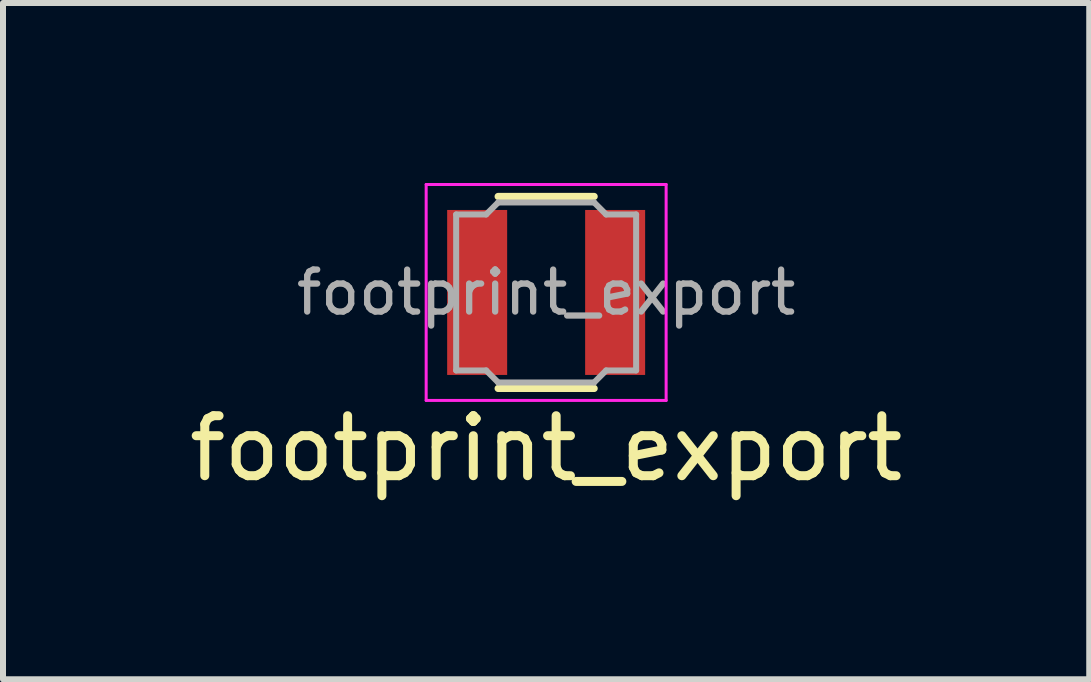
<source format=kicad_pcb>
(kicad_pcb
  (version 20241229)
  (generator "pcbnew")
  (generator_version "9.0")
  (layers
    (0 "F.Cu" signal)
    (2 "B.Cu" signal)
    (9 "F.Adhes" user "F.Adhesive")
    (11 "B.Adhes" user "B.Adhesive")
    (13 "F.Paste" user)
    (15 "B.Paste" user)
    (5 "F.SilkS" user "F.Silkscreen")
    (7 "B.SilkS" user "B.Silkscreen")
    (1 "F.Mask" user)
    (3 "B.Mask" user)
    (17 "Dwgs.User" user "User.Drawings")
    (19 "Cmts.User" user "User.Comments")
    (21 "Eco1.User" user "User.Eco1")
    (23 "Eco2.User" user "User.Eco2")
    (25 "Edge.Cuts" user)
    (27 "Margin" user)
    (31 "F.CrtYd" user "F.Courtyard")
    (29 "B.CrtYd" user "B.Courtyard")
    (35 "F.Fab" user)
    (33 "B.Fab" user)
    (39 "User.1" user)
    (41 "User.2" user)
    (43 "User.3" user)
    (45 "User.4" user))
  (footprint "footprint_export"
    (layer "F.Cu")
    (at 6.054 1.825)
    (property "Reference" "footprint_export" (at 0 2.6 0) (layer "F.SilkS") (effects (font (size 1 1) (thickness 0.15))))
    (attr smd)
    (fp_line (start -0.8 -1.6) (end 0.8 -1.6) (stroke (width 0.12) (type solid)) (layer "F.SilkS"))
    (fp_line (start -0.8 1.6) (end 0.8 1.6) (stroke (width 0.12) (type solid)) (layer "F.SilkS"))
    (fp_line (start -2 -1.8) (end -2 1.8) (stroke (width 0.05) (type solid)) (layer "F.CrtYd"))
    (fp_line (start -2 1.8) (end 2 1.8) (stroke (width 0.05) (type solid)) (layer "F.CrtYd"))
    (fp_line (start 2 -1.8) (end -2 -1.8) (stroke (width 0.05) (type solid)) (layer "F.CrtYd"))
    (fp_line (start 2 1.8) (end 2 -1.8) (stroke (width 0.05) (type solid)) (layer "F.CrtYd"))
    (fp_line (start -1.5 -1.3) (end -1.5 1.3) (stroke (width 0.1) (type solid)) (layer "F.Fab"))
    (fp_line (start -1.5 1.3) (end -1 1.3) (stroke (width 0.1) (type solid)) (layer "F.Fab"))
    (fp_line (start -1 -1.3) (end -1.5 -1.3) (stroke (width 0.1) (type solid)) (layer "F.Fab"))
    (fp_line (start -1 1.3) (end -0.8 1.5) (stroke (width 0.1) (type solid)) (layer "F.Fab"))
    (fp_line (start -0.8 -1.5) (end -1 -1.3) (stroke (width 0.1) (type solid)) (layer "F.Fab"))
    (fp_line (start -0.8 1.5) (end 0.8 1.5) (stroke (width 0.1) (type solid)) (layer "F.Fab"))
    (fp_line (start 0.8 -1.5) (end -0.8 -1.5) (stroke (width 0.1) (type solid)) (layer "F.Fab"))
    (fp_line (start 0.8 1.5) (end 1 1.3) (stroke (width 0.1) (type solid)) (layer "F.Fab"))
    (fp_line (start 1 -1.3) (end 0.8 -1.5) (stroke (width 0.1) (type solid)) (layer "F.Fab"))
    (fp_line (start 1 1.3) (end 1.5 1.3) (stroke (width 0.1) (type solid)) (layer "F.Fab"))
    (fp_line (start 1.5 -1.3) (end 1 -1.3) (stroke (width 0.1) (type solid)) (layer "F.Fab"))
    (fp_line (start 1.5 1.3) (end 1.5 -1.3) (stroke (width 0.1) (type solid)) (layer "F.Fab"))
    (fp_text user "${REFERENCE}" (at 0 0 0) (layer "F.Fab") (effects (font (size 0.7 0.7) (thickness 0.105))))
    (pad "1" smd rect (at -1.15 0) (size 1 2.75) (layers "F.Cu" "F.Mask" "F.Paste"))
    (pad "2" smd rect (at 1.15 0) (size 1 2.75) (layers "F.Cu" "F.Mask" "F.Paste")))
  (gr_rect
    (start -3 -3)
    (end 15.107 8.273)
    (stroke (width 0.1) (type default))
    (fill no)
    (layer "Edge.Cuts")))
</source>
